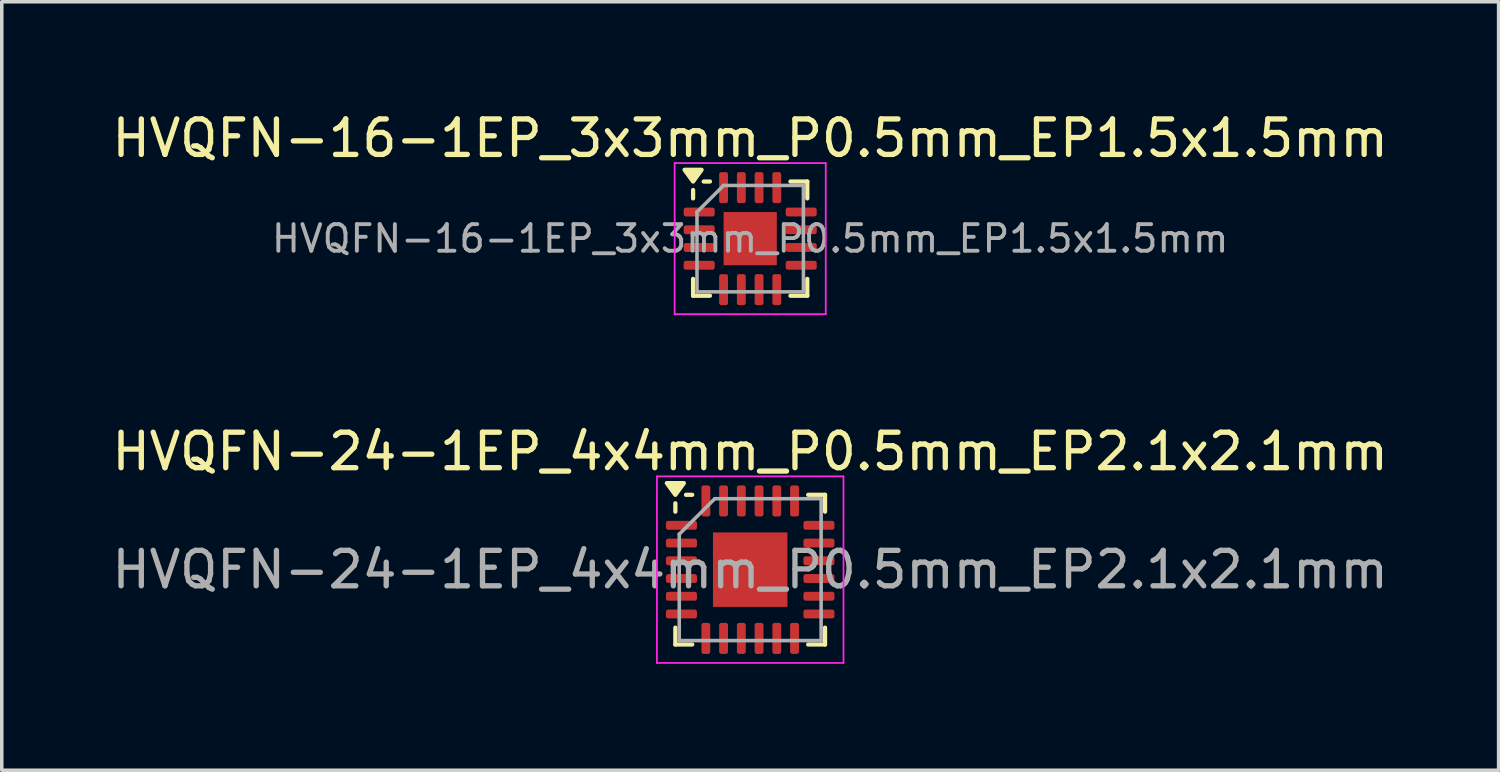
<source format=kicad_pcb>
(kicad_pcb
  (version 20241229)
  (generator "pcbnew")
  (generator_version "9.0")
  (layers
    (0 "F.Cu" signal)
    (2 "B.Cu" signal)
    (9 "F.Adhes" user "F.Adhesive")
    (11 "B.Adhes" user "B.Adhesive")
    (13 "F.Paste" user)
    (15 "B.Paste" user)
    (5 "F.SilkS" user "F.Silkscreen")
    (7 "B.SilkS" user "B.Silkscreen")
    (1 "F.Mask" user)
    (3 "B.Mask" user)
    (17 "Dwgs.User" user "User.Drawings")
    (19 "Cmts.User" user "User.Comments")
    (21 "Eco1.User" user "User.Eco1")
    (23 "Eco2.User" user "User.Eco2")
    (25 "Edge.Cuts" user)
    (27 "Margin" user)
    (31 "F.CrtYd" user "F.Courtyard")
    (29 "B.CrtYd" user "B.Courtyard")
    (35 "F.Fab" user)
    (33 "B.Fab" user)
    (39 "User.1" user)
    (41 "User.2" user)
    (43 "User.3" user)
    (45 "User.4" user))
  (footprint "HVQFN-16-1EP_3x3mm_P0.5mm_EP1.5x1.5mm"
    (layer "F.Cu")
    (at 18.101 3.678)
    (property "Reference" "HVQFN-16-1EP_3x3mm_P0.5mm_EP1.5x1.5mm" (at 0 -2.83 0) (layer "F.SilkS") (effects (font (size 1 1) (thickness 0.15))))
    (attr smd)
    (fp_line (start -1.61 -1.135) (end -1.61 -1.37) (stroke (width 0.12) (type solid)) (layer "F.SilkS"))
    (fp_line (start -1.61 1.61) (end -1.61 1.135) (stroke (width 0.12) (type solid)) (layer "F.SilkS"))
    (fp_line (start -1.135 -1.61) (end -1.31 -1.61) (stroke (width 0.12) (type solid)) (layer "F.SilkS"))
    (fp_line (start -1.135 1.61) (end -1.61 1.61) (stroke (width 0.12) (type solid)) (layer "F.SilkS"))
    (fp_line (start 1.135 -1.61) (end 1.61 -1.61) (stroke (width 0.12) (type solid)) (layer "F.SilkS"))
    (fp_line (start 1.135 1.61) (end 1.61 1.61) (stroke (width 0.12) (type solid)) (layer "F.SilkS"))
    (fp_line (start 1.61 -1.61) (end 1.61 -1.135) (stroke (width 0.12) (type solid)) (layer "F.SilkS"))
    (fp_line (start 1.61 1.61) (end 1.61 1.135) (stroke (width 0.12) (type solid)) (layer "F.SilkS"))
    (fp_poly (pts (xy -1.61 -1.61) (xy -1.85 -1.94) (xy -1.37 -1.94) (xy -1.61 -1.61)) (stroke (width 0.12) (type solid)) (fill yes) (layer "F.SilkS"))
    (fp_line (start -2.13 -2.13) (end -2.13 2.13) (stroke (width 0.05) (type solid)) (layer "F.CrtYd"))
    (fp_line (start -2.13 2.13) (end 2.13 2.13) (stroke (width 0.05) (type solid)) (layer "F.CrtYd"))
    (fp_line (start 2.13 -2.13) (end -2.13 -2.13) (stroke (width 0.05) (type solid)) (layer "F.CrtYd"))
    (fp_line (start 2.13 2.13) (end 2.13 -2.13) (stroke (width 0.05) (type solid)) (layer "F.CrtYd"))
    (fp_line (start -1.5 -0.75) (end -0.75 -1.5) (stroke (width 0.1) (type solid)) (layer "F.Fab"))
    (fp_line (start -1.5 1.5) (end -1.5 -0.75) (stroke (width 0.1) (type solid)) (layer "F.Fab"))
    (fp_line (start -0.75 -1.5) (end 1.5 -1.5) (stroke (width 0.1) (type solid)) (layer "F.Fab"))
    (fp_line (start 1.5 -1.5) (end 1.5 1.5) (stroke (width 0.1) (type solid)) (layer "F.Fab"))
    (fp_line (start 1.5 1.5) (end -1.5 1.5) (stroke (width 0.1) (type solid)) (layer "F.Fab"))
    (fp_text user "${REFERENCE}" (at 0 0 0) (layer "F.Fab") (effects (font (size 0.75 0.75) (thickness 0.11))))
    (pad "" smd roundrect (at -0.375 -0.375) (size 0.6 0.6) (layers "F.Paste") (roundrect_rratio 0.25))
    (pad "" smd roundrect (at -0.375 0.375) (size 0.6 0.6) (layers "F.Paste") (roundrect_rratio 0.25))
    (pad "" smd roundrect (at 0.375 -0.375) (size 0.6 0.6) (layers "F.Paste") (roundrect_rratio 0.25))
    (pad "" smd roundrect (at 0.375 0.375) (size 0.6 0.6) (layers "F.Paste") (roundrect_rratio 0.25))
    (pad "1" smd roundrect (at -1.438 -0.75) (size 0.875 0.25) (layers "F.Cu" "F.Mask" "F.Paste") (roundrect_rratio 0.25))
    (pad "2" smd roundrect (at -1.438 -0.25) (size 0.875 0.25) (layers "F.Cu" "F.Mask" "F.Paste") (roundrect_rratio 0.25))
    (pad "3" smd roundrect (at -1.438 0.25) (size 0.875 0.25) (layers "F.Cu" "F.Mask" "F.Paste") (roundrect_rratio 0.25))
    (pad "4" smd roundrect (at -1.438 0.75) (size 0.875 0.25) (layers "F.Cu" "F.Mask" "F.Paste") (roundrect_rratio 0.25))
    (pad "5" smd roundrect (at -0.75 1.438) (size 0.25 0.875) (layers "F.Cu" "F.Mask" "F.Paste") (roundrect_rratio 0.25))
    (pad "6" smd roundrect (at -0.25 1.438) (size 0.25 0.875) (layers "F.Cu" "F.Mask" "F.Paste") (roundrect_rratio 0.25))
    (pad "7" smd roundrect (at 0.25 1.438) (size 0.25 0.875) (layers "F.Cu" "F.Mask" "F.Paste") (roundrect_rratio 0.25))
    (pad "8" smd roundrect (at 0.75 1.438) (size 0.25 0.875) (layers "F.Cu" "F.Mask" "F.Paste") (roundrect_rratio 0.25))
    (pad "9" smd roundrect (at 1.438 0.75) (size 0.875 0.25) (layers "F.Cu" "F.Mask" "F.Paste") (roundrect_rratio 0.25))
    (pad "10" smd roundrect (at 1.438 0.25) (size 0.875 0.25) (layers "F.Cu" "F.Mask" "F.Paste") (roundrect_rratio 0.25))
    (pad "11" smd roundrect (at 1.438 -0.25) (size 0.875 0.25) (layers "F.Cu" "F.Mask" "F.Paste") (roundrect_rratio 0.25))
    (pad "12" smd roundrect (at 1.438 -0.75) (size 0.875 0.25) (layers "F.Cu" "F.Mask" "F.Paste") (roundrect_rratio 0.25))
    (pad "13" smd roundrect (at 0.75 -1.438) (size 0.25 0.875) (layers "F.Cu" "F.Mask" "F.Paste") (roundrect_rratio 0.25))
    (pad "14" smd roundrect (at 0.25 -1.438) (size 0.25 0.875) (layers "F.Cu" "F.Mask" "F.Paste") (roundrect_rratio 0.25))
    (pad "15" smd roundrect (at -0.25 -1.438) (size 0.25 0.875) (layers "F.Cu" "F.Mask" "F.Paste") (roundrect_rratio 0.25))
    (pad "16" smd roundrect (at -0.75 -1.438) (size 0.25 0.875) (layers "F.Cu" "F.Mask" "F.Paste") (roundrect_rratio 0.25))
    (pad "17" smd rect (at 0 0) (size 1.5 1.5) (property pad_prop_heatsink) (layers "F.Cu" "F.Mask")))
  (footprint "HVQFN-24-1EP_4x4mm_P0.5mm_EP2.1x2.1mm"
    (layer "F.Cu")
    (at 18.101 13.011)
    (property "Reference" "HVQFN-24-1EP_4x4mm_P0.5mm_EP2.1x2.1mm" (at 0 -3.33 0) (layer "F.SilkS") (effects (font (size 1 1) (thickness 0.15))))
    (attr smd)
    (fp_line (start -2.11 -1.635) (end -2.11 -1.87) (stroke (width 0.12) (type solid)) (layer "F.SilkS"))
    (fp_line (start -2.11 2.11) (end -2.11 1.635) (stroke (width 0.12) (type solid)) (layer "F.SilkS"))
    (fp_line (start -1.635 -2.11) (end -1.81 -2.11) (stroke (width 0.12) (type solid)) (layer "F.SilkS"))
    (fp_line (start -1.635 2.11) (end -2.11 2.11) (stroke (width 0.12) (type solid)) (layer "F.SilkS"))
    (fp_line (start 1.635 -2.11) (end 2.11 -2.11) (stroke (width 0.12) (type solid)) (layer "F.SilkS"))
    (fp_line (start 1.635 2.11) (end 2.11 2.11) (stroke (width 0.12) (type solid)) (layer "F.SilkS"))
    (fp_line (start 2.11 -2.11) (end 2.11 -1.635) (stroke (width 0.12) (type solid)) (layer "F.SilkS"))
    (fp_line (start 2.11 2.11) (end 2.11 1.635) (stroke (width 0.12) (type solid)) (layer "F.SilkS"))
    (fp_poly (pts (xy -2.11 -2.11) (xy -2.35 -2.44) (xy -1.87 -2.44) (xy -2.11 -2.11)) (stroke (width 0.12) (type solid)) (fill yes) (layer "F.SilkS"))
    (fp_line (start -2.63 -2.63) (end -2.63 2.63) (stroke (width 0.05) (type solid)) (layer "F.CrtYd"))
    (fp_line (start -2.63 2.63) (end 2.63 2.63) (stroke (width 0.05) (type solid)) (layer "F.CrtYd"))
    (fp_line (start 2.63 -2.63) (end -2.63 -2.63) (stroke (width 0.05) (type solid)) (layer "F.CrtYd"))
    (fp_line (start 2.63 2.63) (end 2.63 -2.63) (stroke (width 0.05) (type solid)) (layer "F.CrtYd"))
    (fp_line (start -2 -1) (end -1 -2) (stroke (width 0.1) (type solid)) (layer "F.Fab"))
    (fp_line (start -2 2) (end -2 -1) (stroke (width 0.1) (type solid)) (layer "F.Fab"))
    (fp_line (start -1 -2) (end 2 -2) (stroke (width 0.1) (type solid)) (layer "F.Fab"))
    (fp_line (start 2 -2) (end 2 2) (stroke (width 0.1) (type solid)) (layer "F.Fab"))
    (fp_line (start 2 2) (end -2 2) (stroke (width 0.1) (type solid)) (layer "F.Fab"))
    (fp_text user "${REFERENCE}" (at 0 0 0) (layer "F.Fab") (effects (font (size 1 1) (thickness 0.15))))
    (pad "" smd roundrect (at -0.7 -0.7) (size 0.56 0.56) (layers "F.Paste") (roundrect_rratio 0.25))
    (pad "" smd roundrect (at -0.7 0) (size 0.56 0.56) (layers "F.Paste") (roundrect_rratio 0.25))
    (pad "" smd roundrect (at -0.7 0.7) (size 0.56 0.56) (layers "F.Paste") (roundrect_rratio 0.25))
    (pad "" smd roundrect (at 0 -0.7) (size 0.56 0.56) (layers "F.Paste") (roundrect_rratio 0.25))
    (pad "" smd roundrect (at 0 0) (size 0.56 0.56) (layers "F.Paste") (roundrect_rratio 0.25))
    (pad "" smd roundrect (at 0 0.7) (size 0.56 0.56) (layers "F.Paste") (roundrect_rratio 0.25))
    (pad "" smd roundrect (at 0.7 -0.7) (size 0.56 0.56) (layers "F.Paste") (roundrect_rratio 0.25))
    (pad "" smd roundrect (at 0.7 0) (size 0.56 0.56) (layers "F.Paste") (roundrect_rratio 0.25))
    (pad "" smd roundrect (at 0.7 0.7) (size 0.56 0.56) (layers "F.Paste") (roundrect_rratio 0.25))
    (pad "1" smd roundrect (at -1.938 -1.25) (size 0.875 0.25) (layers "F.Cu" "F.Mask" "F.Paste") (roundrect_rratio 0.25))
    (pad "2" smd roundrect (at -1.938 -0.75) (size 0.875 0.25) (layers "F.Cu" "F.Mask" "F.Paste") (roundrect_rratio 0.25))
    (pad "3" smd roundrect (at -1.938 -0.25) (size 0.875 0.25) (layers "F.Cu" "F.Mask" "F.Paste") (roundrect_rratio 0.25))
    (pad "4" smd roundrect (at -1.938 0.25) (size 0.875 0.25) (layers "F.Cu" "F.Mask" "F.Paste") (roundrect_rratio 0.25))
    (pad "5" smd roundrect (at -1.938 0.75) (size 0.875 0.25) (layers "F.Cu" "F.Mask" "F.Paste") (roundrect_rratio 0.25))
    (pad "6" smd roundrect (at -1.938 1.25) (size 0.875 0.25) (layers "F.Cu" "F.Mask" "F.Paste") (roundrect_rratio 0.25))
    (pad "7" smd roundrect (at -1.25 1.938) (size 0.25 0.875) (layers "F.Cu" "F.Mask" "F.Paste") (roundrect_rratio 0.25))
    (pad "8" smd roundrect (at -0.75 1.938) (size 0.25 0.875) (layers "F.Cu" "F.Mask" "F.Paste") (roundrect_rratio 0.25))
    (pad "9" smd roundrect (at -0.25 1.938) (size 0.25 0.875) (layers "F.Cu" "F.Mask" "F.Paste") (roundrect_rratio 0.25))
    (pad "10" smd roundrect (at 0.25 1.938) (size 0.25 0.875) (layers "F.Cu" "F.Mask" "F.Paste") (roundrect_rratio 0.25))
    (pad "11" smd roundrect (at 0.75 1.938) (size 0.25 0.875) (layers "F.Cu" "F.Mask" "F.Paste") (roundrect_rratio 0.25))
    (pad "12" smd roundrect (at 1.25 1.938) (size 0.25 0.875) (layers "F.Cu" "F.Mask" "F.Paste") (roundrect_rratio 0.25))
    (pad "13" smd roundrect (at 1.938 1.25) (size 0.875 0.25) (layers "F.Cu" "F.Mask" "F.Paste") (roundrect_rratio 0.25))
    (pad "14" smd roundrect (at 1.938 0.75) (size 0.875 0.25) (layers "F.Cu" "F.Mask" "F.Paste") (roundrect_rratio 0.25))
    (pad "15" smd roundrect (at 1.938 0.25) (size 0.875 0.25) (layers "F.Cu" "F.Mask" "F.Paste") (roundrect_rratio 0.25))
    (pad "16" smd roundrect (at 1.938 -0.25) (size 0.875 0.25) (layers "F.Cu" "F.Mask" "F.Paste") (roundrect_rratio 0.25))
    (pad "17" smd roundrect (at 1.938 -0.75) (size 0.875 0.25) (layers "F.Cu" "F.Mask" "F.Paste") (roundrect_rratio 0.25))
    (pad "18" smd roundrect (at 1.938 -1.25) (size 0.875 0.25) (layers "F.Cu" "F.Mask" "F.Paste") (roundrect_rratio 0.25))
    (pad "19" smd roundrect (at 1.25 -1.938) (size 0.25 0.875) (layers "F.Cu" "F.Mask" "F.Paste") (roundrect_rratio 0.25))
    (pad "20" smd roundrect (at 0.75 -1.938) (size 0.25 0.875) (layers "F.Cu" "F.Mask" "F.Paste") (roundrect_rratio 0.25))
    (pad "21" smd roundrect (at 0.25 -1.938) (size 0.25 0.875) (layers "F.Cu" "F.Mask" "F.Paste") (roundrect_rratio 0.25))
    (pad "22" smd roundrect (at -0.25 -1.938) (size 0.25 0.875) (layers "F.Cu" "F.Mask" "F.Paste") (roundrect_rratio 0.25))
    (pad "23" smd roundrect (at -0.75 -1.938) (size 0.25 0.875) (layers "F.Cu" "F.Mask" "F.Paste") (roundrect_rratio 0.25))
    (pad "24" smd roundrect (at -1.25 -1.938) (size 0.25 0.875) (layers "F.Cu" "F.Mask" "F.Paste") (roundrect_rratio 0.25))
    (pad "25" smd rect (at 0 0) (size 2.1 2.1) (property pad_prop_heatsink) (layers "F.Cu" "F.Mask")))
  (gr_rect
    (start -3 -3)
    (end 39.202 18.666)
    (stroke (width 0.1) (type default))
    (fill no)
    (layer "Edge.Cuts")))
</source>
